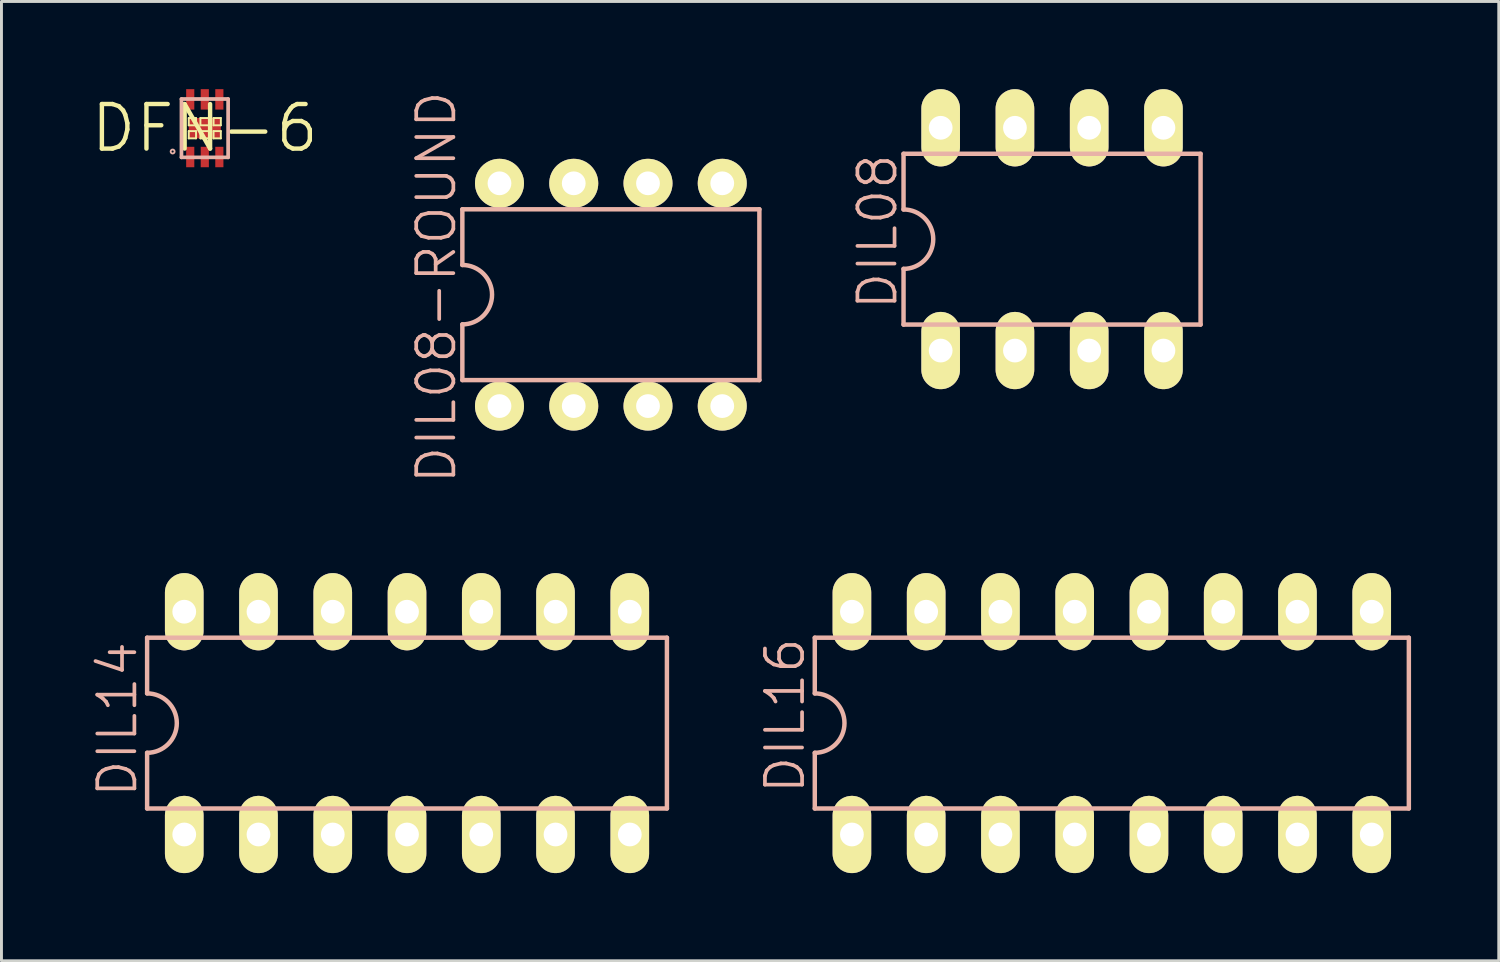
<source format=kicad_pcb>
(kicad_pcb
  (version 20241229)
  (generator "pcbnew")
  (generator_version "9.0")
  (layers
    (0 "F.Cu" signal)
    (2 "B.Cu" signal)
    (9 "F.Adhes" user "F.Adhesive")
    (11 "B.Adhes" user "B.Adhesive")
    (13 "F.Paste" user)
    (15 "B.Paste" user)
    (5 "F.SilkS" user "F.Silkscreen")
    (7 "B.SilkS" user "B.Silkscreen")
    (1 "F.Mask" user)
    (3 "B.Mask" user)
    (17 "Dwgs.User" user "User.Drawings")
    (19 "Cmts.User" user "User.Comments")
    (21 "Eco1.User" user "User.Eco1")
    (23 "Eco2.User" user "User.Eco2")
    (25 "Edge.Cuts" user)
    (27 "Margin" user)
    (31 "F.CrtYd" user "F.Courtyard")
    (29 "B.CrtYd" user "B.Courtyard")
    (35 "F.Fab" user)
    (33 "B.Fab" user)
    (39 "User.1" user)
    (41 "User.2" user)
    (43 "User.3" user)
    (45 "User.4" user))
  (footprint "DIL16"
    (layer "F.Cu")
    (at 34.98 21.684)
    (property "Reference" "DIL16" (at -11.176 -0.254 90) (layer "B.SilkS") (effects (font (size 1.27 1.27) (thickness 0.127))))
    (attr exclude_from_pos_files exclude_from_bom)
    (fp_line (start -10.16 -2.921) (end -10.16 -1.016) (stroke (width 0.152) (type solid)) (layer "B.SilkS"))
    (fp_line (start -10.16 2.921) (end -10.16 1.016) (stroke (width 0.152) (type solid)) (layer "B.SilkS"))
    (fp_line (start -10.16 2.921) (end 10.16 2.921) (stroke (width 0.152) (type solid)) (layer "B.SilkS"))
    (fp_line (start 10.16 -2.921) (end -10.16 -2.921) (stroke (width 0.152) (type solid)) (layer "B.SilkS"))
    (fp_line (start 10.16 -2.921) (end 10.16 2.921) (stroke (width 0.152) (type solid)) (layer "B.SilkS"))
    (fp_arc (start -10.16 -1.016) (mid -9.144 0) (end -10.16 1.016) (stroke (width 0.1524) (type solid)) (layer "B.SilkS"))
    (pad "1" thru_hole oval (at -8.89 3.81 180) (size 1.321 2.642) (drill 0.813) (layers "*.Cu" "F.Mask" "F.SilkS" "F.Paste"))
    (pad "2" thru_hole oval (at -6.35 3.81 180) (size 1.321 2.642) (drill 0.813) (layers "*.Cu" "F.Mask" "F.SilkS" "F.Paste"))
    (pad "3" thru_hole oval (at -3.81 3.81 180) (size 1.321 2.642) (drill 0.813) (layers "*.Cu" "F.Mask" "F.SilkS" "F.Paste"))
    (pad "4" thru_hole oval (at -1.27 3.81 180) (size 1.321 2.642) (drill 0.813) (layers "*.Cu" "F.Mask" "F.SilkS" "F.Paste"))
    (pad "5" thru_hole oval (at 1.27 3.81 180) (size 1.321 2.642) (drill 0.813) (layers "*.Cu" "F.Mask" "F.SilkS" "F.Paste"))
    (pad "6" thru_hole oval (at 3.81 3.81 180) (size 1.321 2.642) (drill 0.813) (layers "*.Cu" "F.Mask" "F.SilkS" "F.Paste"))
    (pad "7" thru_hole oval (at 6.35 3.81 180) (size 1.321 2.642) (drill 0.813) (layers "*.Cu" "F.Mask" "F.SilkS" "F.Paste"))
    (pad "8" thru_hole oval (at 8.89 3.81 180) (size 1.321 2.642) (drill 0.813) (layers "*.Cu" "F.Mask" "F.SilkS" "F.Paste"))
    (pad "9" thru_hole oval (at 8.89 -3.81 180) (size 1.321 2.642) (drill 0.813) (layers "*.Cu" "F.Mask" "F.SilkS" "F.Paste"))
    (pad "10" thru_hole oval (at 6.35 -3.81 180) (size 1.321 2.642) (drill 0.813) (layers "*.Cu" "F.Mask" "F.SilkS" "F.Paste"))
    (pad "11" thru_hole oval (at 3.81 -3.81 180) (size 1.321 2.642) (drill 0.813) (layers "*.Cu" "F.Mask" "F.SilkS" "F.Paste"))
    (pad "12" thru_hole oval (at 1.27 -3.81 180) (size 1.321 2.642) (drill 0.813) (layers "*.Cu" "F.Mask" "F.SilkS" "F.Paste"))
    (pad "13" thru_hole oval (at -1.27 -3.81 180) (size 1.321 2.642) (drill 0.813) (layers "*.Cu" "F.Mask" "F.SilkS" "F.Paste"))
    (pad "14" thru_hole oval (at -3.81 -3.81 180) (size 1.321 2.642) (drill 0.813) (layers "*.Cu" "F.Mask" "F.SilkS" "F.Paste"))
    (pad "15" thru_hole oval (at -6.35 -3.81 180) (size 1.321 2.642) (drill 0.813) (layers "*.Cu" "F.Mask" "F.SilkS" "F.Paste"))
    (pad "16" thru_hole oval (at -8.89 -3.81 180) (size 1.321 2.642) (drill 0.813) (layers "*.Cu" "F.Mask" "F.SilkS" "F.Paste")))
  (footprint "DFN-6"
    (layer "F.Cu")
    (at 3.955 1.335)
    (property "Reference" "DFN-6" (at 0 0 0) (layer "F.SilkS") (effects (font (size 1.524 1.524) (thickness 0.15))))
    (attr smd)
    (fp_line (start -0.549 -0.348) (end -0.3 -0.348) (stroke (width 0.066) (type solid)) (layer "F.SilkS"))
    (fp_line (start -0.549 -0.099) (end -0.549 -0.348) (stroke (width 0.066) (type solid)) (layer "F.SilkS"))
    (fp_line (start -0.549 -0.099) (end -0.3 -0.099) (stroke (width 0.066) (type solid)) (layer "F.SilkS"))
    (fp_line (start -0.549 0.099) (end -0.3 0.099) (stroke (width 0.066) (type solid)) (layer "F.SilkS"))
    (fp_line (start -0.549 0.348) (end -0.549 0.099) (stroke (width 0.066) (type solid)) (layer "F.SilkS"))
    (fp_line (start -0.549 0.348) (end -0.3 0.348) (stroke (width 0.066) (type solid)) (layer "F.SilkS"))
    (fp_line (start -0.3 -0.099) (end -0.3 -0.348) (stroke (width 0.066) (type solid)) (layer "F.SilkS"))
    (fp_line (start -0.3 0.348) (end -0.3 0.099) (stroke (width 0.066) (type solid)) (layer "F.SilkS"))
    (fp_line (start -0.15 -0.348) (end 0.15 -0.348) (stroke (width 0.066) (type solid)) (layer "F.SilkS"))
    (fp_line (start -0.15 -0.099) (end -0.15 -0.348) (stroke (width 0.066) (type solid)) (layer "F.SilkS"))
    (fp_line (start -0.15 -0.099) (end 0.15 -0.099) (stroke (width 0.066) (type solid)) (layer "F.SilkS"))
    (fp_line (start -0.15 0.099) (end 0.15 0.099) (stroke (width 0.066) (type solid)) (layer "F.SilkS"))
    (fp_line (start -0.15 0.348) (end -0.15 0.099) (stroke (width 0.066) (type solid)) (layer "F.SilkS"))
    (fp_line (start -0.15 0.348) (end 0.15 0.348) (stroke (width 0.066) (type solid)) (layer "F.SilkS"))
    (fp_line (start 0.15 -0.099) (end 0.15 -0.348) (stroke (width 0.066) (type solid)) (layer "F.SilkS"))
    (fp_line (start 0.15 0.348) (end 0.15 0.099) (stroke (width 0.066) (type solid)) (layer "F.SilkS"))
    (fp_line (start 0.3 -0.348) (end 0.549 -0.348) (stroke (width 0.066) (type solid)) (layer "F.SilkS"))
    (fp_line (start 0.3 -0.099) (end 0.3 -0.348) (stroke (width 0.066) (type solid)) (layer "F.SilkS"))
    (fp_line (start 0.3 -0.099) (end 0.549 -0.099) (stroke (width 0.066) (type solid)) (layer "F.SilkS"))
    (fp_line (start 0.3 0.099) (end 0.549 0.099) (stroke (width 0.066) (type solid)) (layer "F.SilkS"))
    (fp_line (start 0.3 0.348) (end 0.3 0.099) (stroke (width 0.066) (type solid)) (layer "F.SilkS"))
    (fp_line (start 0.3 0.348) (end 0.549 0.348) (stroke (width 0.066) (type solid)) (layer "F.SilkS"))
    (fp_line (start 0.549 -0.099) (end 0.549 -0.348) (stroke (width 0.066) (type solid)) (layer "F.SilkS"))
    (fp_line (start 0.549 0.348) (end 0.549 0.099) (stroke (width 0.066) (type solid)) (layer "F.SilkS"))
    (fp_line (start -0.798 -0.998) (end 0.798 -0.998) (stroke (width 0.127) (type solid)) (layer "B.SilkS"))
    (fp_line (start -0.798 0.998) (end -0.798 -0.998) (stroke (width 0.127) (type solid)) (layer "B.SilkS"))
    (fp_line (start 0.798 -0.998) (end 0.798 0.998) (stroke (width 0.127) (type solid)) (layer "B.SilkS"))
    (fp_line (start 0.798 0.998) (end -0.798 0.998) (stroke (width 0.127) (type solid)) (layer "B.SilkS"))
    (fp_circle (center -1.1 0.798) (end -1.148 0.846) (stroke (width 0.064) (type solid)) (fill no) (layer "B.SilkS"))
    (pad "1" smd rect (at -0.498 0.986) (size 0.279 0.699) (layers "F.Cu" "F.Mask" "F.Paste"))
    (pad "2" smd rect (at 0 0.986) (size 0.279 0.699) (layers "F.Cu" "F.Mask" "F.Paste"))
    (pad "3" smd rect (at 0.498 0.986) (size 0.279 0.699) (layers "F.Cu" "F.Mask" "F.Paste"))
    (pad "4" smd rect (at 0.498 -0.986) (size 0.279 0.699) (layers "F.Cu" "F.Mask" "F.Paste"))
    (pad "5" smd rect (at 0 -0.986) (size 0.279 0.699) (layers "F.Cu" "F.Mask" "F.Paste"))
    (pad "6" smd rect (at -0.498 -0.986) (size 0.279 0.699) (layers "F.Cu" "F.Mask" "F.Paste"))
    (pad "P$1" smd rect (at 0 0) (size 1.1 0.699) (layers "F.Cu" "F.Mask" "F.Paste")))
  (footprint "DIL08"
    (layer "F.Cu")
    (at 32.936 5.131)
    (property "Reference" "DIL08" (at -5.969 -0.254 90) (layer "B.SilkS") (effects (font (size 1.27 1.27) (thickness 0.127))))
    (attr exclude_from_pos_files exclude_from_bom)
    (fp_line (start -5.08 -2.921) (end -5.08 -1.016) (stroke (width 0.152) (type solid)) (layer "B.SilkS"))
    (fp_line (start -5.08 2.921) (end -5.08 1.016) (stroke (width 0.152) (type solid)) (layer "B.SilkS"))
    (fp_line (start -5.08 2.921) (end 5.08 2.921) (stroke (width 0.152) (type solid)) (layer "B.SilkS"))
    (fp_line (start 5.08 -2.921) (end -5.08 -2.921) (stroke (width 0.152) (type solid)) (layer "B.SilkS"))
    (fp_line (start 5.08 -2.921) (end 5.08 2.921) (stroke (width 0.152) (type solid)) (layer "B.SilkS"))
    (fp_arc (start -5.08 -1.016) (mid -4.064 0) (end -5.08 1.016) (stroke (width 0.1524) (type solid)) (layer "B.SilkS"))
    (pad "1" thru_hole oval (at -3.81 3.81 180) (size 1.321 2.642) (drill 0.813) (layers "*.Cu" "F.Mask" "F.SilkS" "F.Paste"))
    (pad "2" thru_hole oval (at -1.27 3.81 180) (size 1.321 2.642) (drill 0.813) (layers "*.Cu" "F.Mask" "F.SilkS" "F.Paste"))
    (pad "3" thru_hole oval (at 1.27 3.81 180) (size 1.321 2.642) (drill 0.813) (layers "*.Cu" "F.Mask" "F.SilkS" "F.Paste"))
    (pad "4" thru_hole oval (at 3.81 3.81 180) (size 1.321 2.642) (drill 0.813) (layers "*.Cu" "F.Mask" "F.SilkS" "F.Paste"))
    (pad "5" thru_hole oval (at 3.81 -3.81 180) (size 1.321 2.642) (drill 0.813) (layers "*.Cu" "F.Mask" "F.SilkS" "F.Paste"))
    (pad "6" thru_hole oval (at 1.27 -3.81 180) (size 1.321 2.642) (drill 0.813) (layers "*.Cu" "F.Mask" "F.SilkS" "F.Paste"))
    (pad "7" thru_hole oval (at -1.27 -3.81 180) (size 1.321 2.642) (drill 0.813) (layers "*.Cu" "F.Mask" "F.SilkS" "F.Paste"))
    (pad "8" thru_hole oval (at -3.81 -3.81 180) (size 1.321 2.642) (drill 0.813) (layers "*.Cu" "F.Mask" "F.SilkS" "F.Paste")))
  (footprint "DIL14"
    (layer "F.Cu")
    (at 10.872 21.684)
    (property "Reference" "DIL14" (at -9.906 -0.127 90) (layer "B.SilkS") (effects (font (size 1.27 1.27) (thickness 0.127))))
    (attr exclude_from_pos_files exclude_from_bom)
    (fp_line (start -8.89 -2.921) (end -8.89 -1.016) (stroke (width 0.152) (type solid)) (layer "B.SilkS"))
    (fp_line (start -8.89 2.921) (end -8.89 1.016) (stroke (width 0.152) (type solid)) (layer "B.SilkS"))
    (fp_line (start -8.89 2.921) (end 8.89 2.921) (stroke (width 0.152) (type solid)) (layer "B.SilkS"))
    (fp_line (start 8.89 -2.921) (end -8.89 -2.921) (stroke (width 0.152) (type solid)) (layer "B.SilkS"))
    (fp_line (start 8.89 -2.921) (end 8.89 2.921) (stroke (width 0.152) (type solid)) (layer "B.SilkS"))
    (fp_arc (start -8.89 -1.016) (mid -7.874 0) (end -8.89 1.016) (stroke (width 0.1524) (type solid)) (layer "B.SilkS"))
    (pad "1" thru_hole oval (at -7.62 3.81 180) (size 1.321 2.642) (drill 0.813) (layers "*.Cu" "F.Mask" "F.SilkS" "F.Paste"))
    (pad "2" thru_hole oval (at -5.08 3.81 180) (size 1.321 2.642) (drill 0.813) (layers "*.Cu" "F.Mask" "F.SilkS" "F.Paste"))
    (pad "3" thru_hole oval (at -2.54 3.81 180) (size 1.321 2.642) (drill 0.813) (layers "*.Cu" "F.Mask" "F.SilkS" "F.Paste"))
    (pad "4" thru_hole oval (at 0 3.81 180) (size 1.321 2.642) (drill 0.813) (layers "*.Cu" "F.Mask" "F.SilkS" "F.Paste"))
    (pad "5" thru_hole oval (at 2.54 3.81 180) (size 1.321 2.642) (drill 0.813) (layers "*.Cu" "F.Mask" "F.SilkS" "F.Paste"))
    (pad "6" thru_hole oval (at 5.08 3.81 180) (size 1.321 2.642) (drill 0.813) (layers "*.Cu" "F.Mask" "F.SilkS" "F.Paste"))
    (pad "7" thru_hole oval (at 7.62 3.81 180) (size 1.321 2.642) (drill 0.813) (layers "*.Cu" "F.Mask" "F.SilkS" "F.Paste"))
    (pad "8" thru_hole oval (at 7.62 -3.81 180) (size 1.321 2.642) (drill 0.813) (layers "*.Cu" "F.Mask" "F.SilkS" "F.Paste"))
    (pad "9" thru_hole oval (at 5.08 -3.81 180) (size 1.321 2.642) (drill 0.813) (layers "*.Cu" "F.Mask" "F.SilkS" "F.Paste"))
    (pad "10" thru_hole oval (at 2.54 -3.81 180) (size 1.321 2.642) (drill 0.813) (layers "*.Cu" "F.Mask" "F.SilkS" "F.Paste"))
    (pad "11" thru_hole oval (at 0 -3.81 180) (size 1.321 2.642) (drill 0.813) (layers "*.Cu" "F.Mask" "F.SilkS" "F.Paste"))
    (pad "12" thru_hole oval (at -2.54 -3.81 180) (size 1.321 2.642) (drill 0.813) (layers "*.Cu" "F.Mask" "F.SilkS" "F.Paste"))
    (pad "13" thru_hole oval (at -5.08 -3.81 180) (size 1.321 2.642) (drill 0.813) (layers "*.Cu" "F.Mask" "F.SilkS" "F.Paste"))
    (pad "14" thru_hole oval (at -7.62 -3.81 180) (size 1.321 2.642) (drill 0.813) (layers "*.Cu" "F.Mask" "F.SilkS" "F.Paste")))
  (footprint "DIL08-ROUND"
    (layer "F.Cu")
    (at 17.845 7.03)
    (property "Reference" "DIL08-ROUND" (at -5.969 -0.254 90) (layer "B.SilkS") (effects (font (size 1.27 1.27) (thickness 0.127))))
    (attr exclude_from_pos_files exclude_from_bom)
    (fp_line (start -5.08 -2.921) (end -5.08 -1.016) (stroke (width 0.152) (type solid)) (layer "B.SilkS"))
    (fp_line (start -5.08 2.921) (end -5.08 1.016) (stroke (width 0.152) (type solid)) (layer "B.SilkS"))
    (fp_line (start -5.08 2.921) (end 5.08 2.921) (stroke (width 0.152) (type solid)) (layer "B.SilkS"))
    (fp_line (start 5.08 -2.921) (end -5.08 -2.921) (stroke (width 0.152) (type solid)) (layer "B.SilkS"))
    (fp_line (start 5.08 -2.921) (end 5.08 2.921) (stroke (width 0.152) (type solid)) (layer "B.SilkS"))
    (fp_arc (start -5.08 -1.016) (mid -4.064 0) (end -5.08 1.016) (stroke (width 0.1524) (type solid)) (layer "B.SilkS"))
    (pad "1" thru_hole circle (at -3.81 3.81) (size 1.676 1.676) (drill 0.813) (layers "*.Cu" "F.Mask" "F.SilkS" "F.Paste"))
    (pad "2" thru_hole circle (at -1.27 3.81) (size 1.676 1.676) (drill 0.813) (layers "*.Cu" "F.Mask" "F.SilkS" "F.Paste"))
    (pad "3" thru_hole circle (at 1.27 3.81) (size 1.676 1.676) (drill 0.813) (layers "*.Cu" "F.Mask" "F.SilkS" "F.Paste"))
    (pad "4" thru_hole circle (at 3.81 3.81) (size 1.676 1.676) (drill 0.813) (layers "*.Cu" "F.Mask" "F.SilkS" "F.Paste"))
    (pad "5" thru_hole circle (at 3.81 -3.81) (size 1.676 1.676) (drill 0.813) (layers "*.Cu" "F.Mask" "F.SilkS" "F.Paste"))
    (pad "6" thru_hole circle (at 1.27 -3.81) (size 1.676 1.676) (drill 0.813) (layers "*.Cu" "F.Mask" "F.SilkS" "F.Paste"))
    (pad "7" thru_hole circle (at -1.27 -3.81) (size 1.676 1.676) (drill 0.813) (layers "*.Cu" "F.Mask" "F.SilkS" "F.Paste"))
    (pad "8" thru_hole circle (at -3.81 -3.81) (size 1.676 1.676) (drill 0.813) (layers "*.Cu" "F.Mask" "F.SilkS" "F.Paste")))
  (gr_rect
    (start -3 -3)
    (end 48.216 29.814)
    (stroke (width 0.1) (type default))
    (fill no)
    (layer "Edge.Cuts")))
</source>
